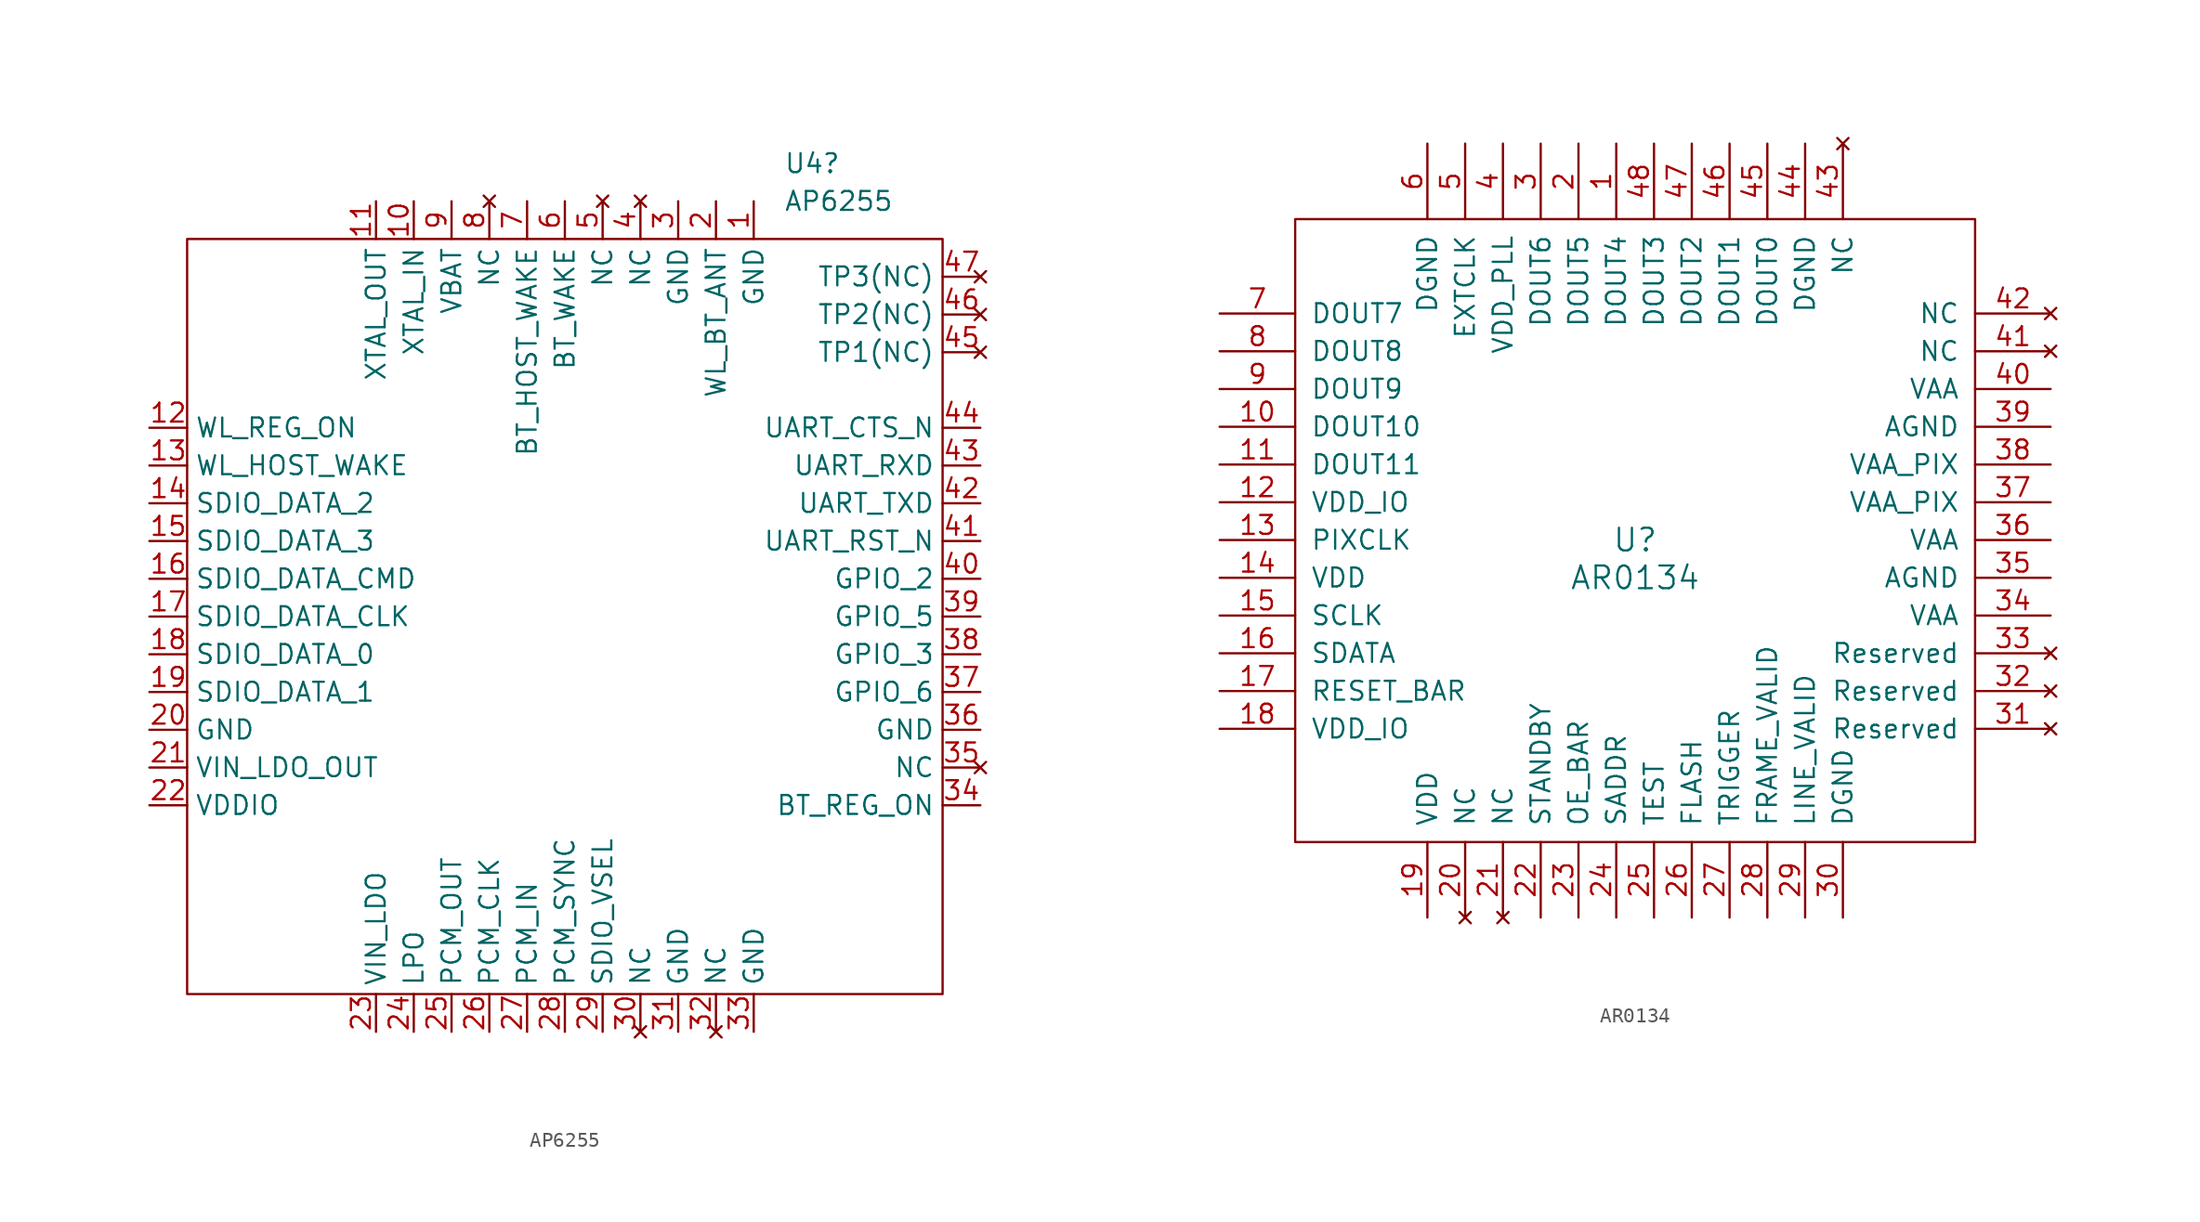
<source format=kicad_sym>
(kicad_symbol_lib
  (version 20220914)
  (generator kicad_symbol_editor)
  (symbol "AP6255"
    (property "Reference" "U4"
      (at 14.719 5.08 0)
      (effects (font (size 1.27 1.27)) (justify left)))
    (property "Value" "AP6255"
      (at 14.719 2.54 0)
      (effects (font (size 1.27 1.27)) (justify left)))
    (symbol "AP6255_0_1"
      (rectangle (start -25.4 0) (end 25.4 -50.8) (stroke (width 0) (type default)) (fill (type none))))
    (symbol "AP6255_1_1"
      (pin power_in line (at 12.7 2.54 270) (length 2.54) (name "GND" (effects (font (size 1.27 1.27)))) (number "1" (effects (font (size 1.27 1.27)))))
      (pin input line (at -10.16 2.54 270) (length 2.54) (name "XTAL_IN" (effects (font (size 1.27 1.27)))) (number "10" (effects (font (size 1.27 1.27)))))
      (pin output line (at -12.7 2.54 270) (length 2.54) (name "XTAL_OUT" (effects (font (size 1.27 1.27)))) (number "11" (effects (font (size 1.27 1.27)))))
      (pin input line (at -27.94 -12.7 0) (length 2.54) (name "WL_REG_ON" (effects (font (size 1.27 1.27)))) (number "12" (effects (font (size 1.27 1.27)))))
      (pin output line (at -27.94 -15.24 0) (length 2.54) (name "WL_HOST_WAKE" (effects (font (size 1.27 1.27)))) (number "13" (effects (font (size 1.27 1.27)))))
      (pin bidirectional line (at -27.94 -17.78 0) (length 2.54) (name "SDIO_DATA_2" (effects (font (size 1.27 1.27)))) (number "14" (effects (font (size 1.27 1.27)))))
      (pin bidirectional line (at -27.94 -20.32 0) (length 2.54) (name "SDIO_DATA_3" (effects (font (size 1.27 1.27)))) (number "15" (effects (font (size 1.27 1.27)))))
      (pin bidirectional line (at -27.94 -22.86 0) (length 2.54) (name "SDIO_DATA_CMD" (effects (font (size 1.27 1.27)))) (number "16" (effects (font (size 1.27 1.27)))))
      (pin bidirectional line (at -27.94 -25.4 0) (length 2.54) (name "SDIO_DATA_CLK" (effects (font (size 1.27 1.27)))) (number "17" (effects (font (size 1.27 1.27)))))
      (pin bidirectional line (at -27.94 -27.94 0) (length 2.54) (name "SDIO_DATA_0" (effects (font (size 1.27 1.27)))) (number "18" (effects (font (size 1.27 1.27)))))
      (pin bidirectional line (at -27.94 -30.48 0) (length 2.54) (name "SDIO_DATA_1" (effects (font (size 1.27 1.27)))) (number "19" (effects (font (size 1.27 1.27)))))
      (pin bidirectional line (at 10.16 2.54 270) (length 2.54) (name "WL_BT_ANT" (effects (font (size 1.27 1.27)))) (number "2" (effects (font (size 1.27 1.27)))))
      (pin power_in line (at -27.94 -33.02 0) (length 2.54) (name "GND" (effects (font (size 1.27 1.27)))) (number "20" (effects (font (size 1.27 1.27)))))
      (pin power_out line (at -27.94 -35.56 0) (length 2.54) (name "VIN_LDO_OUT" (effects (font (size 1.27 1.27)))) (number "21" (effects (font (size 1.27 1.27)))))
      (pin power_in line (at -27.94 -38.1 0) (length 2.54) (name "VDDIO" (effects (font (size 1.27 1.27)))) (number "22" (effects (font (size 1.27 1.27)))))
      (pin power_out line (at -12.7 -53.34 90) (length 2.54) (name "VIN_LDO" (effects (font (size 1.27 1.27)))) (number "23" (effects (font (size 1.27 1.27)))))
      (pin input line (at -10.16 -53.34 90) (length 2.54) (name "LPO" (effects (font (size 1.27 1.27)))) (number "24" (effects (font (size 1.27 1.27)))))
      (pin output line (at -7.62 -53.34 90) (length 2.54) (name "PCM_OUT" (effects (font (size 1.27 1.27)))) (number "25" (effects (font (size 1.27 1.27)))))
      (pin bidirectional line (at -5.08 -53.34 90) (length 2.54) (name "PCM_CLK" (effects (font (size 1.27 1.27)))) (number "26" (effects (font (size 1.27 1.27)))))
      (pin input line (at -2.54 -53.34 90) (length 2.54) (name "PCM_IN" (effects (font (size 1.27 1.27)))) (number "27" (effects (font (size 1.27 1.27)))))
      (pin bidirectional line (at 0 -53.34 90) (length 2.54) (name "PCM_SYNC" (effects (font (size 1.27 1.27)))) (number "28" (effects (font (size 1.27 1.27)))))
      (pin input line (at 2.54 -53.34 90) (length 2.54) (name "SDIO_VSEL" (effects (font (size 1.27 1.27)))) (number "29" (effects (font (size 1.27 1.27)))))
      (pin power_in line (at 7.62 2.54 270) (length 2.54) (name "GND" (effects (font (size 1.27 1.27)))) (number "3" (effects (font (size 1.27 1.27)))))
      (pin no_connect line (at 5.08 -53.34 90) (length 2.54) (name "NC" (effects (font (size 1.27 1.27)))) (number "30" (effects (font (size 1.27 1.27)))))
      (pin power_in line (at 7.62 -53.34 90) (length 2.54) (name "GND" (effects (font (size 1.27 1.27)))) (number "31" (effects (font (size 1.27 1.27)))))
      (pin no_connect line (at 10.16 -53.34 90) (length 2.54) (name "NC" (effects (font (size 1.27 1.27)))) (number "32" (effects (font (size 1.27 1.27)))))
      (pin power_in line (at 12.7 -53.34 90) (length 2.54) (name "GND" (effects (font (size 1.27 1.27)))) (number "33" (effects (font (size 1.27 1.27)))))
      (pin input line (at 27.94 -38.1 180) (length 2.54) (name "BT_REG_ON" (effects (font (size 1.27 1.27)))) (number "34" (effects (font (size 1.27 1.27)))))
      (pin no_connect line (at 27.94 -35.56 180) (length 2.54) (name "NC" (effects (font (size 1.27 1.27)))) (number "35" (effects (font (size 1.27 1.27)))))
      (pin power_in line (at 27.94 -33.02 180) (length 2.54) (name "GND" (effects (font (size 1.27 1.27)))) (number "36" (effects (font (size 1.27 1.27)))))
      (pin bidirectional line (at 27.94 -30.48 180) (length 2.54) (name "GPIO_6" (effects (font (size 1.27 1.27)))) (number "37" (effects (font (size 1.27 1.27)))))
      (pin bidirectional line (at 27.94 -27.94 180) (length 2.54) (name "GPIO_3" (effects (font (size 1.27 1.27)))) (number "38" (effects (font (size 1.27 1.27)))))
      (pin bidirectional line (at 27.94 -25.4 180) (length 2.54) (name "GPIO_5" (effects (font (size 1.27 1.27)))) (number "39" (effects (font (size 1.27 1.27)))))
      (pin no_connect line (at 5.08 2.54 270) (length 2.54) (name "NC" (effects (font (size 1.27 1.27)))) (number "4" (effects (font (size 1.27 1.27)))))
      (pin bidirectional line (at 27.94 -22.86 180) (length 2.54) (name "GPIO_2" (effects (font (size 1.27 1.27)))) (number "40" (effects (font (size 1.27 1.27)))))
      (pin output line (at 27.94 -20.32 180) (length 2.54) (name "UART_RST_N" (effects (font (size 1.27 1.27)))) (number "41" (effects (font (size 1.27 1.27)))))
      (pin output line (at 27.94 -17.78 180) (length 2.54) (name "UART_TXD" (effects (font (size 1.27 1.27)))) (number "42" (effects (font (size 1.27 1.27)))))
      (pin input line (at 27.94 -15.24 180) (length 2.54) (name "UART_RXD" (effects (font (size 1.27 1.27)))) (number "43" (effects (font (size 1.27 1.27)))))
      (pin input line (at 27.94 -12.7 180) (length 2.54) (name "UART_CTS_N" (effects (font (size 1.27 1.27)))) (number "44" (effects (font (size 1.27 1.27)))))
      (pin no_connect line (at 27.94 -7.62 180) (length 2.54) (name "TP1(NC)" (effects (font (size 1.27 1.27)))) (number "45" (effects (font (size 1.27 1.27)))))
      (pin no_connect line (at 27.94 -5.08 180) (length 2.54) (name "TP2(NC)" (effects (font (size 1.27 1.27)))) (number "46" (effects (font (size 1.27 1.27)))))
      (pin no_connect line (at 27.94 -2.54 180) (length 2.54) (name "TP3(NC)" (effects (font (size 1.27 1.27)))) (number "47" (effects (font (size 1.27 1.27)))))
      (pin no_connect line (at 2.54 2.54 270) (length 2.54) (name "NC" (effects (font (size 1.27 1.27)))) (number "5" (effects (font (size 1.27 1.27)))))
      (pin input line (at 0 2.54 270) (length 2.54) (name "BT_WAKE" (effects (font (size 1.27 1.27)))) (number "6" (effects (font (size 1.27 1.27)))))
      (pin output line (at -2.54 2.54 270) (length 2.54) (name "BT_HOST_WAKE" (effects (font (size 1.27 1.27)))) (number "7" (effects (font (size 1.27 1.27)))))
      (pin no_connect line (at -5.08 2.54 270) (length 2.54) (name "NC" (effects (font (size 1.27 1.27)))) (number "8" (effects (font (size 1.27 1.27)))))
      (pin power_in line (at -7.62 2.54 270) (length 2.54) (name "VBAT" (effects (font (size 1.27 1.27)))) (number "9" (effects (font (size 1.27 1.27)))))))
  (symbol "AR0134"
    (pin_names
      (offset 1.016))
    (property "Reference" "U"
      (at 0 0 0)
      (effects (font (size 1.524 1.524))))
    (property "Value" "AR0134"
      (at 0 -2.54 0)
      (effects (font (size 1.524 1.524))))
    (symbol "AR0134_0_1"
      (rectangle (start -22.86 21.59) (end 22.86 -20.32) (stroke (width 0) (type default)) (fill (type none))))
    (symbol "AR0134_1_1"
      (pin input line (at -1.27 26.67 270) (length 5.08) (name "DOUT4" (effects (font (size 1.27 1.27)))) (number "1" (effects (font (size 1.27 1.27)))))
      (pin input line (at -27.94 7.62 0) (length 5.08) (name "DOUT10" (effects (font (size 1.27 1.27)))) (number "10" (effects (font (size 1.27 1.27)))))
      (pin input line (at -27.94 5.08 0) (length 5.08) (name "DOUT11" (effects (font (size 1.27 1.27)))) (number "11" (effects (font (size 1.27 1.27)))))
      (pin input line (at -27.94 2.54 0) (length 5.08) (name "VDD_IO" (effects (font (size 1.27 1.27)))) (number "12" (effects (font (size 1.27 1.27)))))
      (pin input line (at -27.94 0 0) (length 5.08) (name "PIXCLK" (effects (font (size 1.27 1.27)))) (number "13" (effects (font (size 1.27 1.27)))))
      (pin input line (at -27.94 -2.54 0) (length 5.08) (name "VDD" (effects (font (size 1.27 1.27)))) (number "14" (effects (font (size 1.27 1.27)))))
      (pin input line (at -27.94 -5.08 0) (length 5.08) (name "SCLK" (effects (font (size 1.27 1.27)))) (number "15" (effects (font (size 1.27 1.27)))))
      (pin input line (at -27.94 -7.62 0) (length 5.08) (name "SDATA" (effects (font (size 1.27 1.27)))) (number "16" (effects (font (size 1.27 1.27)))))
      (pin input line (at -27.94 -10.16 0) (length 5.08) (name "RESET_BAR" (effects (font (size 1.27 1.27)))) (number "17" (effects (font (size 1.27 1.27)))))
      (pin input line (at -27.94 -12.7 0) (length 5.08) (name "VDD_IO" (effects (font (size 1.27 1.27)))) (number "18" (effects (font (size 1.27 1.27)))))
      (pin input line (at -13.97 -25.4 90) (length 5.08) (name "VDD" (effects (font (size 1.27 1.27)))) (number "19" (effects (font (size 1.27 1.27)))))
      (pin input line (at -3.81 26.67 270) (length 5.08) (name "DOUT5" (effects (font (size 1.27 1.27)))) (number "2" (effects (font (size 1.27 1.27)))))
      (pin no_connect line (at -11.43 -25.4 90) (length 5.08) (name "NC" (effects (font (size 1.27 1.27)))) (number "20" (effects (font (size 1.27 1.27)))))
      (pin no_connect line (at -8.89 -25.4 90) (length 5.08) (name "NC" (effects (font (size 1.27 1.27)))) (number "21" (effects (font (size 1.27 1.27)))))
      (pin input line (at -6.35 -25.4 90) (length 5.08) (name "STANDBY" (effects (font (size 1.27 1.27)))) (number "22" (effects (font (size 1.27 1.27)))))
      (pin input line (at -3.81 -25.4 90) (length 5.08) (name "OE_BAR" (effects (font (size 1.27 1.27)))) (number "23" (effects (font (size 1.27 1.27)))))
      (pin input line (at -1.27 -25.4 90) (length 5.08) (name "SADDR" (effects (font (size 1.27 1.27)))) (number "24" (effects (font (size 1.27 1.27)))))
      (pin input line (at 1.27 -25.4 90) (length 5.08) (name "TEST" (effects (font (size 1.27 1.27)))) (number "25" (effects (font (size 1.27 1.27)))))
      (pin input line (at 3.81 -25.4 90) (length 5.08) (name "FLASH" (effects (font (size 1.27 1.27)))) (number "26" (effects (font (size 1.27 1.27)))))
      (pin input line (at 6.35 -25.4 90) (length 5.08) (name "TRIGGER" (effects (font (size 1.27 1.27)))) (number "27" (effects (font (size 1.27 1.27)))))
      (pin input line (at 8.89 -25.4 90) (length 5.08) (name "FRAME_VALID" (effects (font (size 1.27 1.27)))) (number "28" (effects (font (size 1.27 1.27)))))
      (pin input line (at 11.43 -25.4 90) (length 5.08) (name "LINE_VALID" (effects (font (size 1.27 1.27)))) (number "29" (effects (font (size 1.27 1.27)))))
      (pin input line (at -6.35 26.67 270) (length 5.08) (name "DOUT6" (effects (font (size 1.27 1.27)))) (number "3" (effects (font (size 1.27 1.27)))))
      (pin input line (at 13.97 -25.4 90) (length 5.08) (name "DGND" (effects (font (size 1.27 1.27)))) (number "30" (effects (font (size 1.27 1.27)))))
      (pin no_connect line (at 27.94 -12.7 180) (length 5.08) (name "Reserved" (effects (font (size 1.27 1.27)))) (number "31" (effects (font (size 1.27 1.27)))))
      (pin no_connect line (at 27.94 -10.16 180) (length 5.08) (name "Reserved" (effects (font (size 1.27 1.27)))) (number "32" (effects (font (size 1.27 1.27)))))
      (pin no_connect line (at 27.94 -7.62 180) (length 5.08) (name "Reserved" (effects (font (size 1.27 1.27)))) (number "33" (effects (font (size 1.27 1.27)))))
      (pin input line (at 27.94 -5.08 180) (length 5.08) (name "VAA" (effects (font (size 1.27 1.27)))) (number "34" (effects (font (size 1.27 1.27)))))
      (pin input line (at 27.94 -2.54 180) (length 5.08) (name "AGND" (effects (font (size 1.27 1.27)))) (number "35" (effects (font (size 1.27 1.27)))))
      (pin input line (at 27.94 0 180) (length 5.08) (name "VAA" (effects (font (size 1.27 1.27)))) (number "36" (effects (font (size 1.27 1.27)))))
      (pin input line (at 27.94 2.54 180) (length 5.08) (name "VAA_PIX" (effects (font (size 1.27 1.27)))) (number "37" (effects (font (size 1.27 1.27)))))
      (pin input line (at 27.94 5.08 180) (length 5.08) (name "VAA_PIX" (effects (font (size 1.27 1.27)))) (number "38" (effects (font (size 1.27 1.27)))))
      (pin input line (at 27.94 7.62 180) (length 5.08) (name "AGND" (effects (font (size 1.27 1.27)))) (number "39" (effects (font (size 1.27 1.27)))))
      (pin input line (at -8.89 26.67 270) (length 5.08) (name "VDD_PLL" (effects (font (size 1.27 1.27)))) (number "4" (effects (font (size 1.27 1.27)))))
      (pin input line (at 27.94 10.16 180) (length 5.08) (name "VAA" (effects (font (size 1.27 1.27)))) (number "40" (effects (font (size 1.27 1.27)))))
      (pin no_connect line (at 27.94 12.7 180) (length 5.08) (name "NC" (effects (font (size 1.27 1.27)))) (number "41" (effects (font (size 1.27 1.27)))))
      (pin no_connect line (at 27.94 15.24 180) (length 5.08) (name "NC" (effects (font (size 1.27 1.27)))) (number "42" (effects (font (size 1.27 1.27)))))
      (pin no_connect line (at 13.97 26.67 270) (length 5.08) (name "NC" (effects (font (size 1.27 1.27)))) (number "43" (effects (font (size 1.27 1.27)))))
      (pin input line (at 11.43 26.67 270) (length 5.08) (name "DGND" (effects (font (size 1.27 1.27)))) (number "44" (effects (font (size 1.27 1.27)))))
      (pin input line (at 8.89 26.67 270) (length 5.08) (name "DOUT0" (effects (font (size 1.27 1.27)))) (number "45" (effects (font (size 1.27 1.27)))))
      (pin input line (at 6.35 26.67 270) (length 5.08) (name "DOUT1" (effects (font (size 1.27 1.27)))) (number "46" (effects (font (size 1.27 1.27)))))
      (pin input line (at 3.81 26.67 270) (length 5.08) (name "DOUT2" (effects (font (size 1.27 1.27)))) (number "47" (effects (font (size 1.27 1.27)))))
      (pin input line (at 1.27 26.67 270) (length 5.08) (name "DOUT3" (effects (font (size 1.27 1.27)))) (number "48" (effects (font (size 1.27 1.27)))))
      (pin input line (at -11.43 26.67 270) (length 5.08) (name "EXTCLK" (effects (font (size 1.27 1.27)))) (number "5" (effects (font (size 1.27 1.27)))))
      (pin input line (at -13.97 26.67 270) (length 5.08) (name "DGND" (effects (font (size 1.27 1.27)))) (number "6" (effects (font (size 1.27 1.27)))))
      (pin input line (at -27.94 15.24 0) (length 5.08) (name "DOUT7" (effects (font (size 1.27 1.27)))) (number "7" (effects (font (size 1.27 1.27)))))
      (pin input line (at -27.94 12.7 0) (length 5.08) (name "DOUT8" (effects (font (size 1.27 1.27)))) (number "8" (effects (font (size 1.27 1.27)))))
      (pin input line (at -27.94 10.16 0) (length 5.08) (name "DOUT9" (effects (font (size 1.27 1.27)))) (number "9" (effects (font (size 1.27 1.27))))))))
</source>
